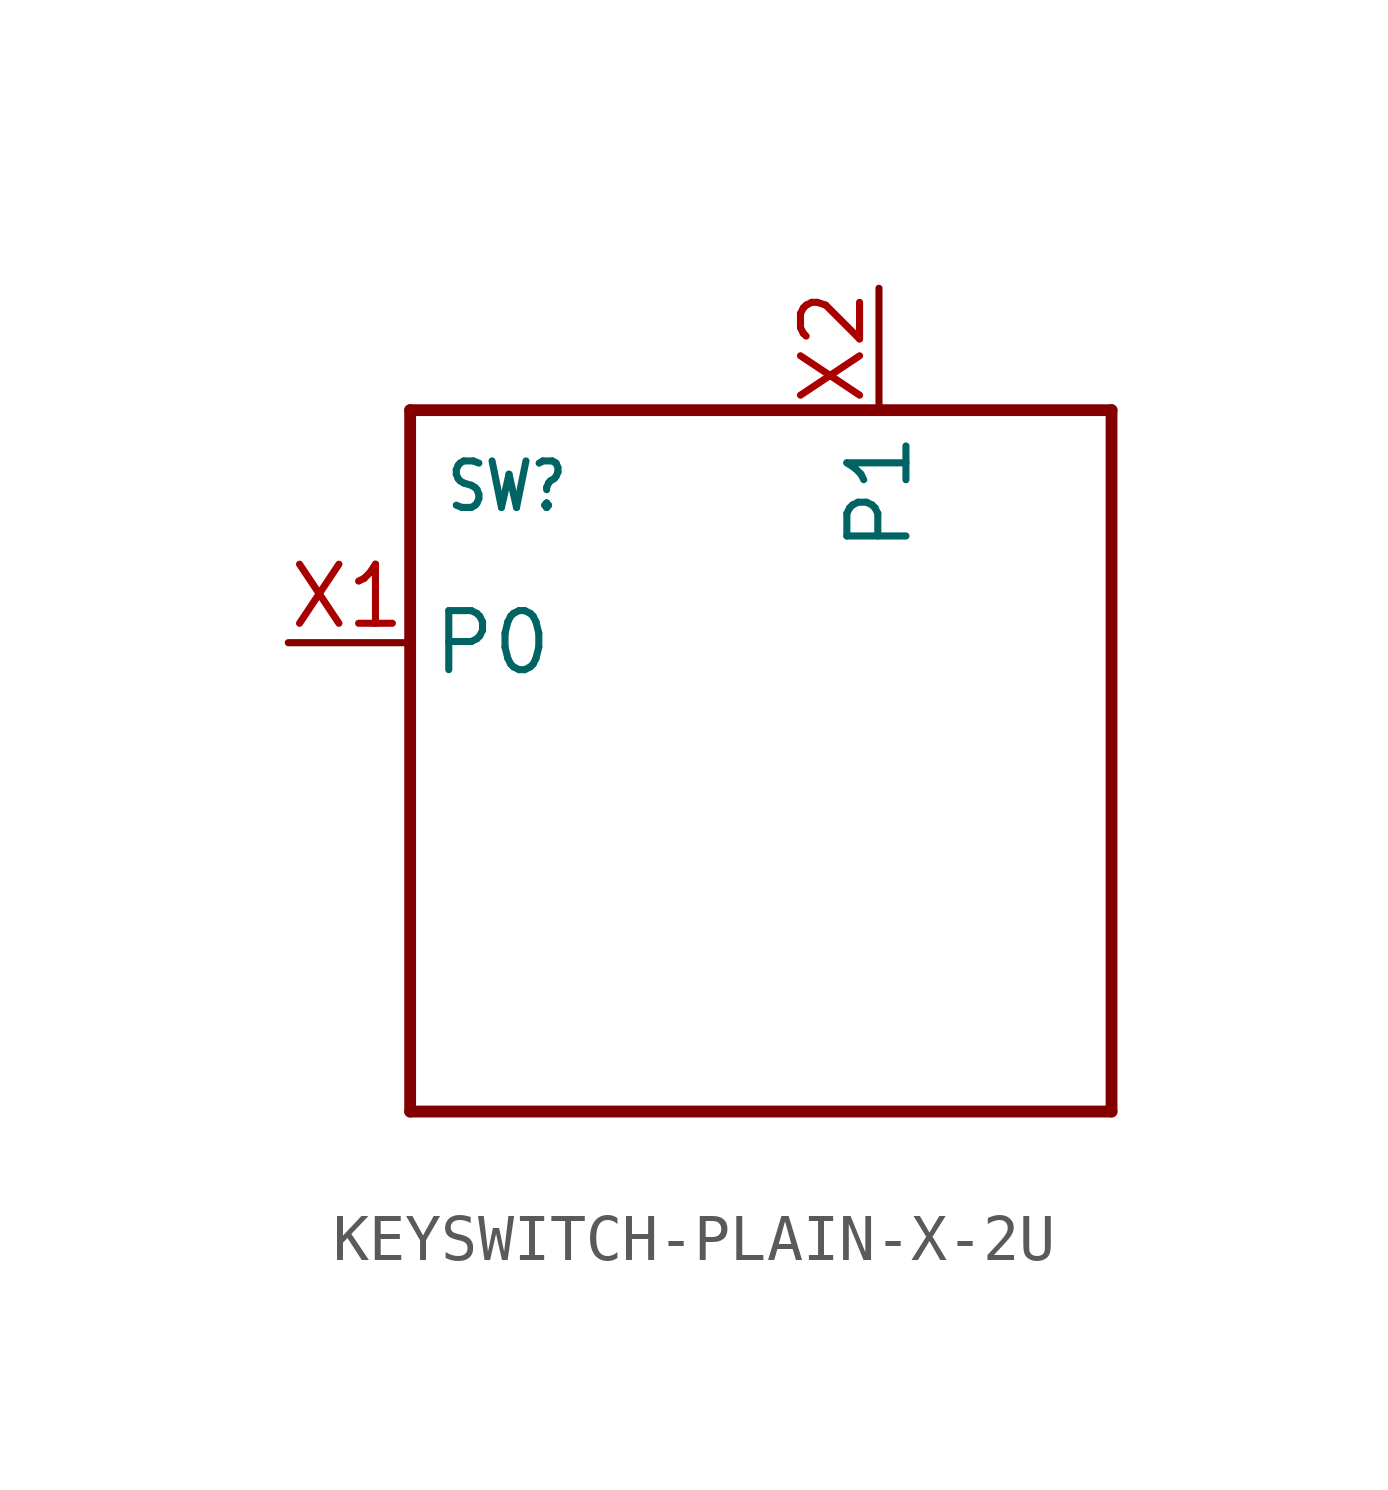
<source format=kicad_sym>
(kicad_symbol_lib
  (version 20211014)
  (generator kicad_symbol_editor)
  (symbol "KEYSWITCH-PLAIN-X-2U"
    (property "Reference" "SW"
      (at -6.81 5.318 0)
      (effects (font (size 1 0.85)) (justify left bottom)))
    (property "ki_locked" ""
      (at 0 0 0)
      (effects (font (size 1.27 1.27))))
    (symbol "KEYSWITCH-PLAIN-X-2U_1_0"
      (polyline (pts (xy -7.54 -7.54) (xy -7.54 7.54)) (stroke (width 0.254) (type default) (color 0 0 0 0)) (fill (type none)))
      (polyline (pts (xy -7.54 7.54) (xy 7.54 7.54)) (stroke (width 0.254) (type default) (color 0 0 0 0)) (fill (type none)))
      (polyline (pts (xy 7.54 -7.54) (xy -7.54 -7.54)) (stroke (width 0.254) (type default) (color 0 0 0 0)) (fill (type none)))
      (polyline (pts (xy 7.54 7.54) (xy 7.54 -7.54)) (stroke (width 0.254) (type default) (color 0 0 0 0)) (fill (type none)))
      (pin bidirectional line (at -10.16 2.54 0) (length 2.54) (name "P0" (effects (font (size 1.27 1.27)))) (number "X1" (effects (font (size 1.27 1.27)))))
      (pin bidirectional line (at 2.54 10.16 270) (length 2.54) (name "P1" (effects (font (size 1.27 1.27)))) (number "X2" (effects (font (size 1.27 1.27))))))))
</source>
